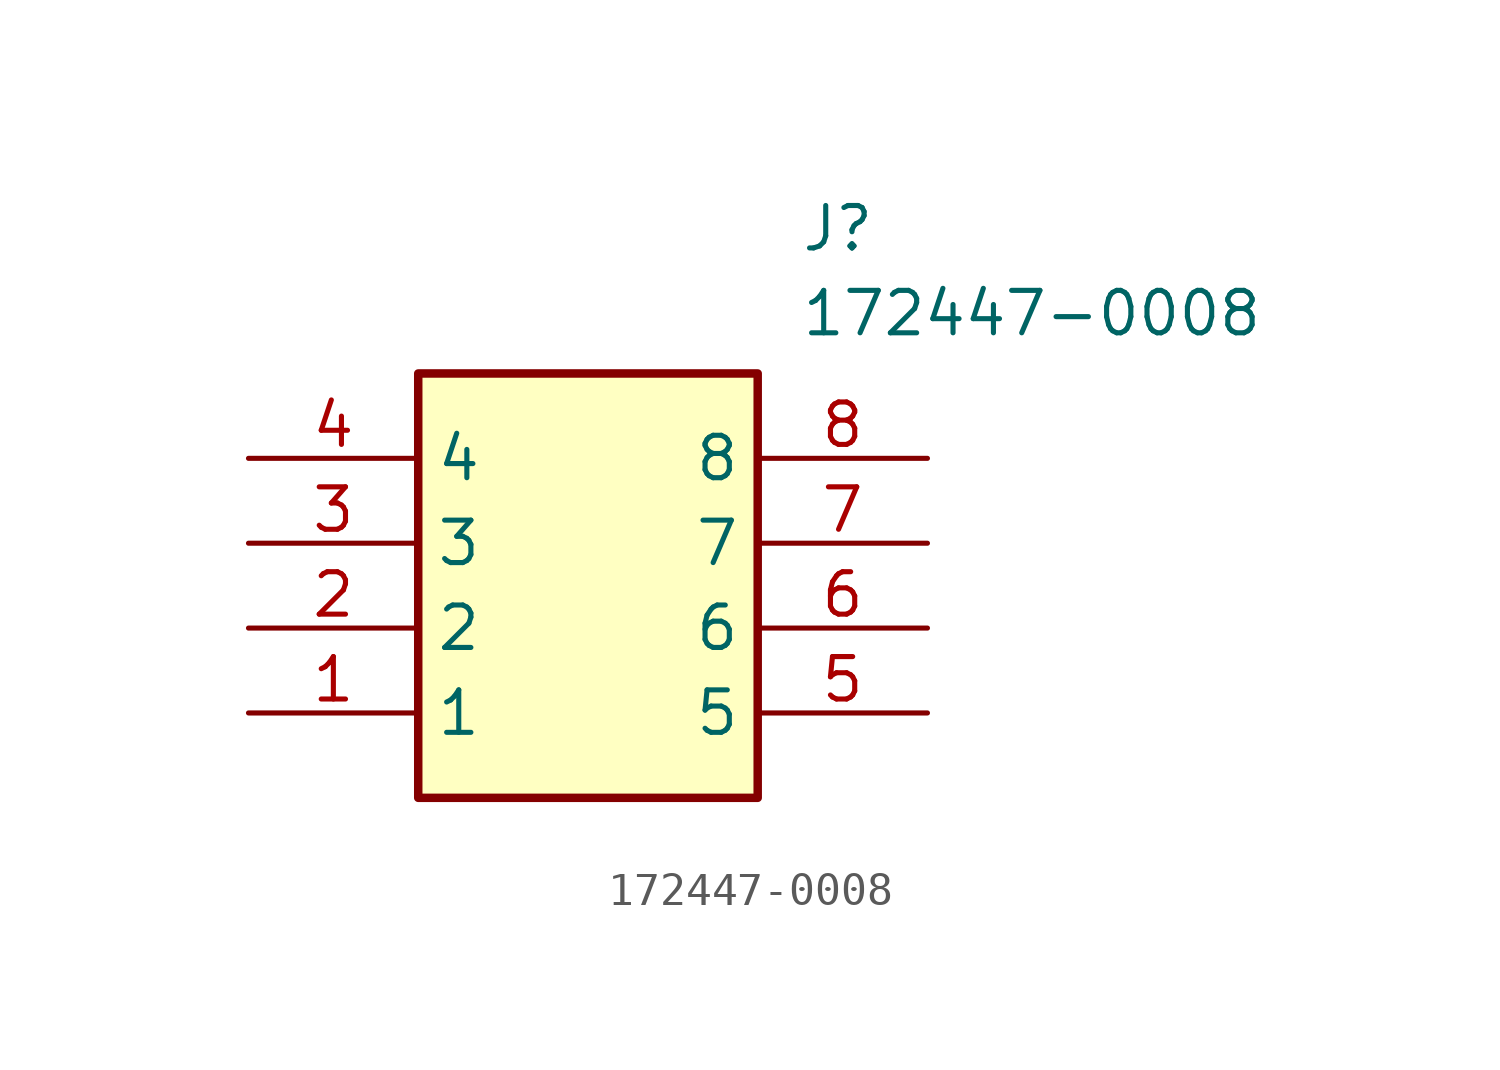
<source format=kicad_sym>
(kicad_symbol_lib
  (version 20231120)
  (generator "kicad_symbol_editor")
  (generator_version "8.0")
  (symbol "172447-0008"
    (property "Reference" "J"
      (at 16.51 7.62 0)
      (effects (font (size 1.27 1.27)) (justify left top)))
    (property "Value" "172447-0008"
      (at 16.51 5.08 0)
      (effects (font (size 1.27 1.27)) (justify left top)))
    (symbol "172447-0008_1_1"
      (rectangle (start 5.08 2.54) (end 15.24 -10.16) (stroke (width 0.254) (type default)) (fill (type background)))
      (pin passive line (at 0 -7.62 0) (length 5.08) (name "1" (effects (font (size 1.27 1.27)))) (number "1" (effects (font (size 1.27 1.27)))))
      (pin passive line (at 0 -5.08 0) (length 5.08) (name "2" (effects (font (size 1.27 1.27)))) (number "2" (effects (font (size 1.27 1.27)))))
      (pin passive line (at 0 -2.54 0) (length 5.08) (name "3" (effects (font (size 1.27 1.27)))) (number "3" (effects (font (size 1.27 1.27)))))
      (pin passive line (at 0 0 0) (length 5.08) (name "4" (effects (font (size 1.27 1.27)))) (number "4" (effects (font (size 1.27 1.27)))))
      (pin passive line (at 20.32 -7.62 180) (length 5.08) (name "5" (effects (font (size 1.27 1.27)))) (number "5" (effects (font (size 1.27 1.27)))))
      (pin passive line (at 20.32 -5.08 180) (length 5.08) (name "6" (effects (font (size 1.27 1.27)))) (number "6" (effects (font (size 1.27 1.27)))))
      (pin passive line (at 20.32 -2.54 180) (length 5.08) (name "7" (effects (font (size 1.27 1.27)))) (number "7" (effects (font (size 1.27 1.27)))))
      (pin passive line (at 20.32 0 180) (length 5.08) (name "8" (effects (font (size 1.27 1.27)))) (number "8" (effects (font (size 1.27 1.27))))))))
</source>
